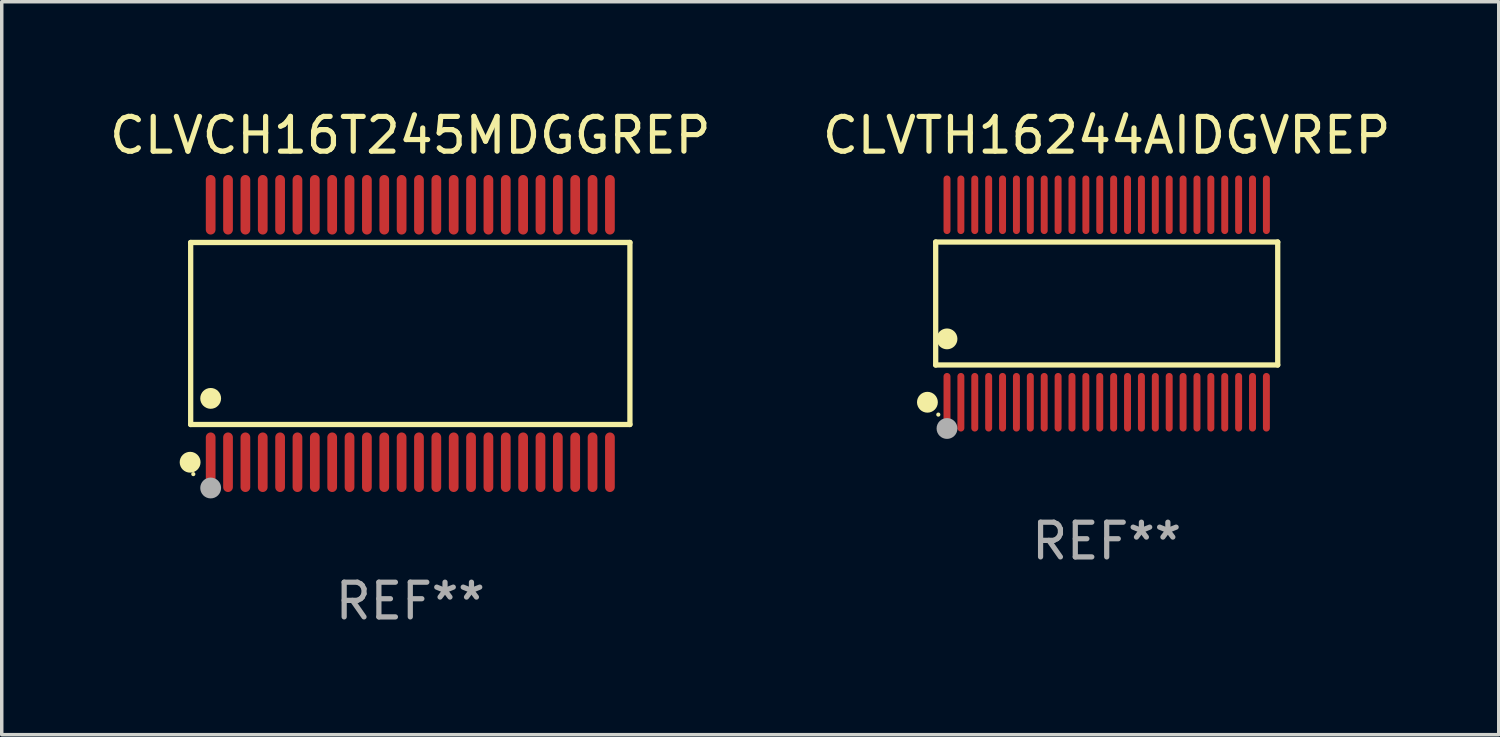
<source format=kicad_pcb>
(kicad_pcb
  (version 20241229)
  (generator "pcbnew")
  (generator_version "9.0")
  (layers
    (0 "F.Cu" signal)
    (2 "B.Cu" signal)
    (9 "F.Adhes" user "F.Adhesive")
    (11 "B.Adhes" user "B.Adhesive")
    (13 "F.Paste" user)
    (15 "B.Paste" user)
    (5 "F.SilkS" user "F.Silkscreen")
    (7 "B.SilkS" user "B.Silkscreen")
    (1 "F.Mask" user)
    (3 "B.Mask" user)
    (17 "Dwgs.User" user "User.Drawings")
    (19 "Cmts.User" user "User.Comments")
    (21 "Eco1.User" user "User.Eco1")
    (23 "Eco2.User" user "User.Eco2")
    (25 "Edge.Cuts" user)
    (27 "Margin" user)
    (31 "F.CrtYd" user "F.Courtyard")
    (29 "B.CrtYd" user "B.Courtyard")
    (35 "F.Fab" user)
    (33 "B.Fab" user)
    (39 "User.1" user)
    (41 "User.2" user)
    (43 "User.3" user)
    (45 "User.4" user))
  (footprint "CLVTH16244AIDGVREP"
    (layer "F.Cu")
    (at 28.827 5.692)
    (property "Reference" "CLVTH16244AIDGVREP" (at 0 -4.844 0) (layer "F.SilkS") (effects (font (size 1 1) (thickness 0.15))))
    (attr through_hole)
    (fp_line (start -4.926 -1.771) (end 4.926 -1.771) (stroke (width 0.152) (type solid)) (layer "F.SilkS"))
    (fp_line (start -4.926 1.771) (end -4.926 -1.771) (stroke (width 0.152) (type solid)) (layer "F.SilkS"))
    (fp_line (start 4.926 -1.771) (end 4.926 1.771) (stroke (width 0.152) (type solid)) (layer "F.SilkS"))
    (fp_line (start 4.926 1.771) (end -4.926 1.771) (stroke (width 0.152) (type solid)) (layer "F.SilkS"))
    (fp_circle (center -5.164 2.844) (end -5.014 2.844) (stroke (width 0.3) (type solid)) (fill no) (layer "F.SilkS"))
    (fp_circle (center -4.85 3.2) (end -4.82 3.2) (stroke (width 0.06) (type solid)) (fill no) (layer "F.SilkS"))
    (fp_circle (center -4.6 1.019) (end -4.45 1.019) (stroke (width 0.3) (type solid)) (fill no) (layer "F.SilkS"))
    (fp_circle (center -4.6 3.6) (end -4.45 3.6) (stroke (width 0.3) (type solid)) (fill no) (layer "F.Fab"))
    (fp_text user "REF**" (at 0 6.844 0) (layer "F.Fab") (effects (font (size 1 1) (thickness 0.15))))
    (pad "1" smd oval (at -4.6 2.844) (size 0.2 1.687) (layers "F.Cu" "F.Mask" "F.Paste"))
    (pad "2" smd oval (at -4.2 2.844) (size 0.2 1.687) (layers "F.Cu" "F.Mask" "F.Paste"))
    (pad "3" smd oval (at -3.8 2.844) (size 0.2 1.687) (layers "F.Cu" "F.Mask" "F.Paste"))
    (pad "4" smd oval (at -3.4 2.844) (size 0.2 1.687) (layers "F.Cu" "F.Mask" "F.Paste"))
    (pad "5" smd oval (at -3 2.844) (size 0.2 1.687) (layers "F.Cu" "F.Mask" "F.Paste"))
    (pad "6" smd oval (at -2.6 2.844) (size 0.2 1.687) (layers "F.Cu" "F.Mask" "F.Paste"))
    (pad "7" smd oval (at -2.2 2.844) (size 0.2 1.687) (layers "F.Cu" "F.Mask" "F.Paste"))
    (pad "8" smd oval (at -1.8 2.844) (size 0.2 1.687) (layers "F.Cu" "F.Mask" "F.Paste"))
    (pad "9" smd oval (at -1.4 2.844) (size 0.2 1.687) (layers "F.Cu" "F.Mask" "F.Paste"))
    (pad "10" smd oval (at -1 2.844) (size 0.2 1.687) (layers "F.Cu" "F.Mask" "F.Paste"))
    (pad "11" smd oval (at -0.6 2.844) (size 0.2 1.687) (layers "F.Cu" "F.Mask" "F.Paste"))
    (pad "12" smd oval (at -0.2 2.844) (size 0.2 1.687) (layers "F.Cu" "F.Mask" "F.Paste"))
    (pad "13" smd oval (at 0.2 2.844) (size 0.2 1.687) (layers "F.Cu" "F.Mask" "F.Paste"))
    (pad "14" smd oval (at 0.6 2.844) (size 0.2 1.687) (layers "F.Cu" "F.Mask" "F.Paste"))
    (pad "15" smd oval (at 1 2.844) (size 0.2 1.687) (layers "F.Cu" "F.Mask" "F.Paste"))
    (pad "16" smd oval (at 1.4 2.844) (size 0.2 1.687) (layers "F.Cu" "F.Mask" "F.Paste"))
    (pad "17" smd oval (at 1.8 2.844) (size 0.2 1.687) (layers "F.Cu" "F.Mask" "F.Paste"))
    (pad "18" smd oval (at 2.2 2.844) (size 0.2 1.687) (layers "F.Cu" "F.Mask" "F.Paste"))
    (pad "19" smd oval (at 2.6 2.844) (size 0.2 1.687) (layers "F.Cu" "F.Mask" "F.Paste"))
    (pad "20" smd oval (at 3 2.844) (size 0.2 1.687) (layers "F.Cu" "F.Mask" "F.Paste"))
    (pad "21" smd oval (at 3.4 2.844) (size 0.2 1.687) (layers "F.Cu" "F.Mask" "F.Paste"))
    (pad "22" smd oval (at 3.8 2.844) (size 0.2 1.687) (layers "F.Cu" "F.Mask" "F.Paste"))
    (pad "23" smd oval (at 4.2 2.844) (size 0.2 1.687) (layers "F.Cu" "F.Mask" "F.Paste"))
    (pad "24" smd oval (at 4.6 2.844) (size 0.2 1.687) (layers "F.Cu" "F.Mask" "F.Paste"))
    (pad "25" smd oval (at 4.6 -2.844) (size 0.2 1.687) (layers "F.Cu" "F.Mask" "F.Paste"))
    (pad "26" smd oval (at 4.2 -2.844) (size 0.2 1.687) (layers "F.Cu" "F.Mask" "F.Paste"))
    (pad "27" smd oval (at 3.8 -2.844) (size 0.2 1.687) (layers "F.Cu" "F.Mask" "F.Paste"))
    (pad "28" smd oval (at 3.4 -2.844) (size 0.2 1.687) (layers "F.Cu" "F.Mask" "F.Paste"))
    (pad "29" smd oval (at 3 -2.844) (size 0.2 1.687) (layers "F.Cu" "F.Mask" "F.Paste"))
    (pad "30" smd oval (at 2.6 -2.844) (size 0.2 1.687) (layers "F.Cu" "F.Mask" "F.Paste"))
    (pad "31" smd oval (at 2.2 -2.844) (size 0.2 1.687) (layers "F.Cu" "F.Mask" "F.Paste"))
    (pad "32" smd oval (at 1.8 -2.844) (size 0.2 1.687) (layers "F.Cu" "F.Mask" "F.Paste"))
    (pad "33" smd oval (at 1.4 -2.844) (size 0.2 1.687) (layers "F.Cu" "F.Mask" "F.Paste"))
    (pad "34" smd oval (at 1 -2.844) (size 0.2 1.687) (layers "F.Cu" "F.Mask" "F.Paste"))
    (pad "35" smd oval (at 0.6 -2.844) (size 0.2 1.687) (layers "F.Cu" "F.Mask" "F.Paste"))
    (pad "36" smd oval (at 0.2 -2.844) (size 0.2 1.687) (layers "F.Cu" "F.Mask" "F.Paste"))
    (pad "37" smd oval (at -0.2 -2.844) (size 0.2 1.687) (layers "F.Cu" "F.Mask" "F.Paste"))
    (pad "38" smd oval (at -0.6 -2.844) (size 0.2 1.687) (layers "F.Cu" "F.Mask" "F.Paste"))
    (pad "39" smd oval (at -1 -2.844) (size 0.2 1.687) (layers "F.Cu" "F.Mask" "F.Paste"))
    (pad "40" smd oval (at -1.4 -2.844) (size 0.2 1.687) (layers "F.Cu" "F.Mask" "F.Paste"))
    (pad "41" smd oval (at -1.8 -2.844) (size 0.2 1.687) (layers "F.Cu" "F.Mask" "F.Paste"))
    (pad "42" smd oval (at -2.2 -2.844) (size 0.2 1.687) (layers "F.Cu" "F.Mask" "F.Paste"))
    (pad "43" smd oval (at -2.6 -2.844) (size 0.2 1.687) (layers "F.Cu" "F.Mask" "F.Paste"))
    (pad "44" smd oval (at -3 -2.844) (size 0.2 1.687) (layers "F.Cu" "F.Mask" "F.Paste"))
    (pad "45" smd oval (at -3.4 -2.844) (size 0.2 1.687) (layers "F.Cu" "F.Mask" "F.Paste"))
    (pad "46" smd oval (at -3.8 -2.844) (size 0.2 1.687) (layers "F.Cu" "F.Mask" "F.Paste"))
    (pad "47" smd oval (at -4.2 -2.844) (size 0.2 1.687) (layers "F.Cu" "F.Mask" "F.Paste"))
    (pad "48" smd oval (at -4.6 -2.844) (size 0.2 1.687) (layers "F.Cu" "F.Mask" "F.Paste")))
  (footprint "CLVCH16T245MDGGREP"
    (layer "F.Cu")
    (at 8.768 6.556)
    (property "Reference" "CLVCH16T245MDGGREP" (at 0 -5.708 0) (layer "F.SilkS") (effects (font (size 1 1) (thickness 0.15))))
    (attr through_hole)
    (fp_line (start -6.326 -2.622) (end 6.326 -2.622) (stroke (width 0.152) (type solid)) (layer "F.SilkS"))
    (fp_line (start -6.326 2.621) (end -6.326 -2.622) (stroke (width 0.152) (type solid)) (layer "F.SilkS"))
    (fp_line (start 6.326 -2.622) (end 6.326 2.621) (stroke (width 0.152) (type solid)) (layer "F.SilkS"))
    (fp_line (start 6.326 2.621) (end -6.326 2.621) (stroke (width 0.152) (type solid)) (layer "F.SilkS"))
    (fp_circle (center -6.342 3.708) (end -6.192 3.708) (stroke (width 0.3) (type solid)) (fill no) (layer "F.SilkS"))
    (fp_circle (center -6.25 4.05) (end -6.22 4.05) (stroke (width 0.06) (type solid)) (fill no) (layer "F.SilkS"))
    (fp_circle (center -5.75 1.869) (end -5.6 1.869) (stroke (width 0.3) (type solid)) (fill no) (layer "F.SilkS"))
    (fp_circle (center -5.75 4.45) (end -5.6 4.45) (stroke (width 0.3) (type solid)) (fill no) (layer "F.Fab"))
    (fp_text user "REF**" (at 0 7.708 0) (layer "F.Fab") (effects (font (size 1 1) (thickness 0.15))))
    (pad "1" smd oval (at -5.75 3.708) (size 0.28 1.715) (layers "F.Cu" "F.Mask" "F.Paste"))
    (pad "2" smd oval (at -5.25 3.708) (size 0.28 1.715) (layers "F.Cu" "F.Mask" "F.Paste"))
    (pad "3" smd oval (at -4.75 3.708) (size 0.28 1.715) (layers "F.Cu" "F.Mask" "F.Paste"))
    (pad "4" smd oval (at -4.25 3.708) (size 0.28 1.715) (layers "F.Cu" "F.Mask" "F.Paste"))
    (pad "5" smd oval (at -3.75 3.708) (size 0.28 1.715) (layers "F.Cu" "F.Mask" "F.Paste"))
    (pad "6" smd oval (at -3.25 3.708) (size 0.28 1.715) (layers "F.Cu" "F.Mask" "F.Paste"))
    (pad "7" smd oval (at -2.75 3.708) (size 0.28 1.715) (layers "F.Cu" "F.Mask" "F.Paste"))
    (pad "8" smd oval (at -2.25 3.708) (size 0.28 1.715) (layers "F.Cu" "F.Mask" "F.Paste"))
    (pad "9" smd oval (at -1.75 3.708) (size 0.28 1.715) (layers "F.Cu" "F.Mask" "F.Paste"))
    (pad "10" smd oval (at -1.25 3.708) (size 0.28 1.715) (layers "F.Cu" "F.Mask" "F.Paste"))
    (pad "11" smd oval (at -0.75 3.708) (size 0.28 1.715) (layers "F.Cu" "F.Mask" "F.Paste"))
    (pad "12" smd oval (at -0.25 3.708) (size 0.28 1.715) (layers "F.Cu" "F.Mask" "F.Paste"))
    (pad "13" smd oval (at 0.25 3.708) (size 0.28 1.715) (layers "F.Cu" "F.Mask" "F.Paste"))
    (pad "14" smd oval (at 0.75 3.708) (size 0.28 1.715) (layers "F.Cu" "F.Mask" "F.Paste"))
    (pad "15" smd oval (at 1.25 3.708) (size 0.28 1.715) (layers "F.Cu" "F.Mask" "F.Paste"))
    (pad "16" smd oval (at 1.75 3.708) (size 0.28 1.715) (layers "F.Cu" "F.Mask" "F.Paste"))
    (pad "17" smd oval (at 2.25 3.708) (size 0.28 1.715) (layers "F.Cu" "F.Mask" "F.Paste"))
    (pad "18" smd oval (at 2.75 3.708) (size 0.28 1.715) (layers "F.Cu" "F.Mask" "F.Paste"))
    (pad "19" smd oval (at 3.25 3.708) (size 0.28 1.715) (layers "F.Cu" "F.Mask" "F.Paste"))
    (pad "20" smd oval (at 3.75 3.708) (size 0.28 1.715) (layers "F.Cu" "F.Mask" "F.Paste"))
    (pad "21" smd oval (at 4.25 3.708) (size 0.28 1.715) (layers "F.Cu" "F.Mask" "F.Paste"))
    (pad "22" smd oval (at 4.75 3.708) (size 0.28 1.715) (layers "F.Cu" "F.Mask" "F.Paste"))
    (pad "23" smd oval (at 5.25 3.708) (size 0.28 1.715) (layers "F.Cu" "F.Mask" "F.Paste"))
    (pad "24" smd oval (at 5.75 3.708) (size 0.28 1.715) (layers "F.Cu" "F.Mask" "F.Paste"))
    (pad "25" smd oval (at 5.75 -3.708) (size 0.28 1.715) (layers "F.Cu" "F.Mask" "F.Paste"))
    (pad "26" smd oval (at 5.25 -3.708) (size 0.28 1.715) (layers "F.Cu" "F.Mask" "F.Paste"))
    (pad "27" smd oval (at 4.75 -3.708) (size 0.28 1.715) (layers "F.Cu" "F.Mask" "F.Paste"))
    (pad "28" smd oval (at 4.25 -3.708) (size 0.28 1.715) (layers "F.Cu" "F.Mask" "F.Paste"))
    (pad "29" smd oval (at 3.75 -3.708) (size 0.28 1.715) (layers "F.Cu" "F.Mask" "F.Paste"))
    (pad "30" smd oval (at 3.25 -3.708) (size 0.28 1.715) (layers "F.Cu" "F.Mask" "F.Paste"))
    (pad "31" smd oval (at 2.75 -3.708) (size 0.28 1.715) (layers "F.Cu" "F.Mask" "F.Paste"))
    (pad "32" smd oval (at 2.25 -3.708) (size 0.28 1.715) (layers "F.Cu" "F.Mask" "F.Paste"))
    (pad "33" smd oval (at 1.75 -3.708) (size 0.28 1.715) (layers "F.Cu" "F.Mask" "F.Paste"))
    (pad "34" smd oval (at 1.25 -3.708) (size 0.28 1.715) (layers "F.Cu" "F.Mask" "F.Paste"))
    (pad "35" smd oval (at 0.75 -3.708) (size 0.28 1.715) (layers "F.Cu" "F.Mask" "F.Paste"))
    (pad "36" smd oval (at 0.25 -3.708) (size 0.28 1.715) (layers "F.Cu" "F.Mask" "F.Paste"))
    (pad "37" smd oval (at -0.25 -3.708) (size 0.28 1.715) (layers "F.Cu" "F.Mask" "F.Paste"))
    (pad "38" smd oval (at -0.75 -3.708) (size 0.28 1.715) (layers "F.Cu" "F.Mask" "F.Paste"))
    (pad "39" smd oval (at -1.25 -3.708) (size 0.28 1.715) (layers "F.Cu" "F.Mask" "F.Paste"))
    (pad "40" smd oval (at -1.75 -3.708) (size 0.28 1.715) (layers "F.Cu" "F.Mask" "F.Paste"))
    (pad "41" smd oval (at -2.25 -3.708) (size 0.28 1.715) (layers "F.Cu" "F.Mask" "F.Paste"))
    (pad "42" smd oval (at -2.75 -3.708) (size 0.28 1.715) (layers "F.Cu" "F.Mask" "F.Paste"))
    (pad "43" smd oval (at -3.25 -3.708) (size 0.28 1.715) (layers "F.Cu" "F.Mask" "F.Paste"))
    (pad "44" smd oval (at -3.75 -3.708) (size 0.28 1.715) (layers "F.Cu" "F.Mask" "F.Paste"))
    (pad "45" smd oval (at -4.25 -3.708) (size 0.28 1.715) (layers "F.Cu" "F.Mask" "F.Paste"))
    (pad "46" smd oval (at -4.75 -3.708) (size 0.28 1.715) (layers "F.Cu" "F.Mask" "F.Paste"))
    (pad "47" smd oval (at -5.25 -3.708) (size 0.28 1.715) (layers "F.Cu" "F.Mask" "F.Paste"))
    (pad "48" smd oval (at -5.75 -3.708) (size 0.28 1.715) (layers "F.Cu" "F.Mask" "F.Paste")))
  (gr_rect
    (start -3 -3)
    (end 40.119 18.112)
    (stroke (width 0.1) (type default))
    (fill no)
    (layer "Edge.Cuts")))
</source>
